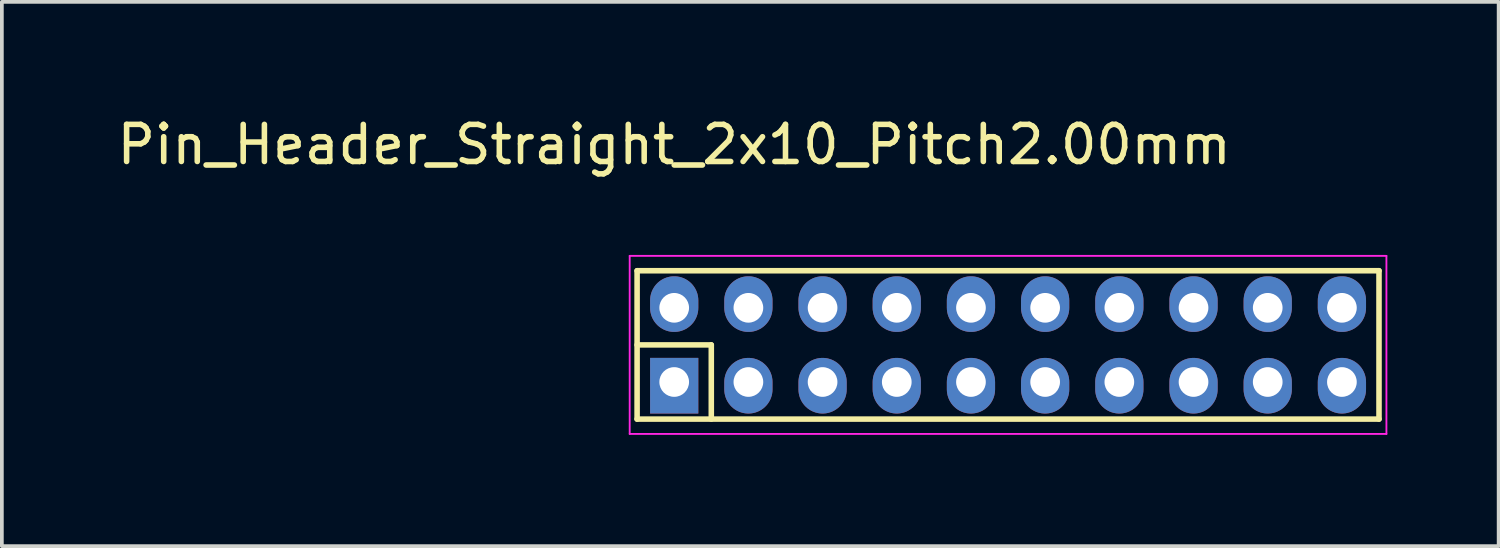
<source format=kicad_pcb>
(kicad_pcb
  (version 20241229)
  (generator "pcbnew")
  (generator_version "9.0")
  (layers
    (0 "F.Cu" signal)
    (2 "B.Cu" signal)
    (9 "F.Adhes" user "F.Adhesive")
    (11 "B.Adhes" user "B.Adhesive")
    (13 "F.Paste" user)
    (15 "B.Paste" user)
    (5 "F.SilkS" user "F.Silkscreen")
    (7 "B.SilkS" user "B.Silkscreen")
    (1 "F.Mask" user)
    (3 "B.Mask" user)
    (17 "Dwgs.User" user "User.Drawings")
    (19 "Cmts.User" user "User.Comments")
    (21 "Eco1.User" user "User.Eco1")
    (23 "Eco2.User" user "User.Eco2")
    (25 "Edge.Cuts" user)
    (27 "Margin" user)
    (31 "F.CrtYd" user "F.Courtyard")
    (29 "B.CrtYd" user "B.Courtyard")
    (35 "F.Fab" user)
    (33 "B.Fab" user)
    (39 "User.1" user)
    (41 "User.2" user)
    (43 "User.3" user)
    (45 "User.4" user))
  (footprint "Pin_Header_Straight_2x10_Pitch2.00mm"
    (layer "F.Cu")
    (at 15.125 7.248)
    (property "Reference" "Pin_Header_Straight_2x10_Pitch2.00mm" (at 0 -6.4 0) (layer "F.SilkS") (effects (font (size 1 1) (thickness 0.15))))
    (attr through_hole)
    (fp_line (start -1 -3) (end 19 -3) (stroke (width 0.15) (type solid)) (layer "F.SilkS"))
    (fp_line (start -1 -1) (end 1 -1) (stroke (width 0.15) (type solid)) (layer "F.SilkS"))
    (fp_line (start -1 1) (end -1 -3) (stroke (width 0.15) (type solid)) (layer "F.SilkS"))
    (fp_line (start 1 -1) (end 1 1) (stroke (width 0.15) (type solid)) (layer "F.SilkS"))
    (fp_line (start 19 -3) (end 19 1) (stroke (width 0.15) (type solid)) (layer "F.SilkS"))
    (fp_line (start 19 1) (end -1 1) (stroke (width 0.15) (type solid)) (layer "F.SilkS"))
    (fp_line (start -1.2 -3.4) (end -1.2 1.4) (stroke (width 0.05) (type solid)) (layer "F.CrtYd"))
    (fp_line (start -1.2 1.4) (end 19.2 1.4) (stroke (width 0.05) (type solid)) (layer "F.CrtYd"))
    (fp_line (start 19.2 -3.4) (end -1.2 -3.4) (stroke (width 0.05) (type solid)) (layer "F.CrtYd"))
    (fp_line (start 19.2 1.4) (end 19.2 -3.4) (stroke (width 0.05) (type solid)) (layer "F.CrtYd"))
    (pad "1" thru_hole rect (at 0 0) (size 1.3 1.5) (drill 0.8 (offset 0 0.1)) (layers "*.Cu" "*.Mask"))
    (pad "2" thru_hole oval (at 0 -2) (size 1.3 1.5) (drill 0.8 (offset 0 -0.1)) (layers "*.Cu" "*.Mask"))
    (pad "3" thru_hole oval (at 2 0) (size 1.3 1.5) (drill 0.8 (offset 0 0.1)) (layers "*.Cu" "*.Mask"))
    (pad "4" thru_hole oval (at 2 -2) (size 1.3 1.5) (drill 0.8 (offset 0 -0.1)) (layers "*.Cu" "*.Mask"))
    (pad "5" thru_hole oval (at 4 0) (size 1.3 1.5) (drill 0.8 (offset 0 0.1)) (layers "*.Cu" "*.Mask"))
    (pad "6" thru_hole oval (at 4 -2) (size 1.3 1.5) (drill 0.8 (offset 0 -0.1)) (layers "*.Cu" "*.Mask"))
    (pad "7" thru_hole oval (at 6 0) (size 1.3 1.5) (drill 0.8 (offset 0 0.1)) (layers "*.Cu" "*.Mask"))
    (pad "8" thru_hole oval (at 6 -2) (size 1.3 1.5) (drill 0.8 (offset 0 -0.1)) (layers "*.Cu" "*.Mask"))
    (pad "9" thru_hole oval (at 8 0) (size 1.3 1.5) (drill 0.8 (offset 0 0.1)) (layers "*.Cu" "*.Mask"))
    (pad "10" thru_hole oval (at 8 -2) (size 1.3 1.5) (drill 0.8 (offset 0 -0.1)) (layers "*.Cu" "*.Mask"))
    (pad "11" thru_hole oval (at 10 0) (size 1.3 1.5) (drill 0.8 (offset 0 0.1)) (layers "*.Cu" "*.Mask"))
    (pad "12" thru_hole oval (at 10 -2) (size 1.3 1.5) (drill 0.8 (offset 0 -0.1)) (layers "*.Cu" "*.Mask"))
    (pad "13" thru_hole oval (at 12 0) (size 1.3 1.5) (drill 0.8 (offset 0 0.1)) (layers "*.Cu" "*.Mask"))
    (pad "14" thru_hole oval (at 12 -2) (size 1.3 1.5) (drill 0.8 (offset 0 -0.1)) (layers "*.Cu" "*.Mask"))
    (pad "15" thru_hole oval (at 14 0) (size 1.3 1.5) (drill 0.8 (offset 0 0.1)) (layers "*.Cu" "*.Mask"))
    (pad "16" thru_hole oval (at 14 -2) (size 1.3 1.5) (drill 0.8 (offset 0 -0.1)) (layers "*.Cu" "*.Mask"))
    (pad "17" thru_hole oval (at 16 0) (size 1.3 1.5) (drill 0.8 (offset 0 0.1)) (layers "*.Cu" "*.Mask"))
    (pad "18" thru_hole oval (at 16 -2) (size 1.3 1.5) (drill 0.8 (offset 0 -0.1)) (layers "*.Cu" "*.Mask"))
    (pad "19" thru_hole oval (at 18 0) (size 1.3 1.5) (drill 0.8 (offset 0 0.1)) (layers "*.Cu" "*.Mask"))
    (pad "20" thru_hole oval (at 18 -2) (size 1.3 1.5) (drill 0.8 (offset 0 -0.1)) (layers "*.Cu" "*.Mask")))
  (gr_rect
    (start -3 -3)
    (end 37.35 11.673)
    (stroke (width 0.1) (type default))
    (fill no)
    (layer "Edge.Cuts")))
</source>
